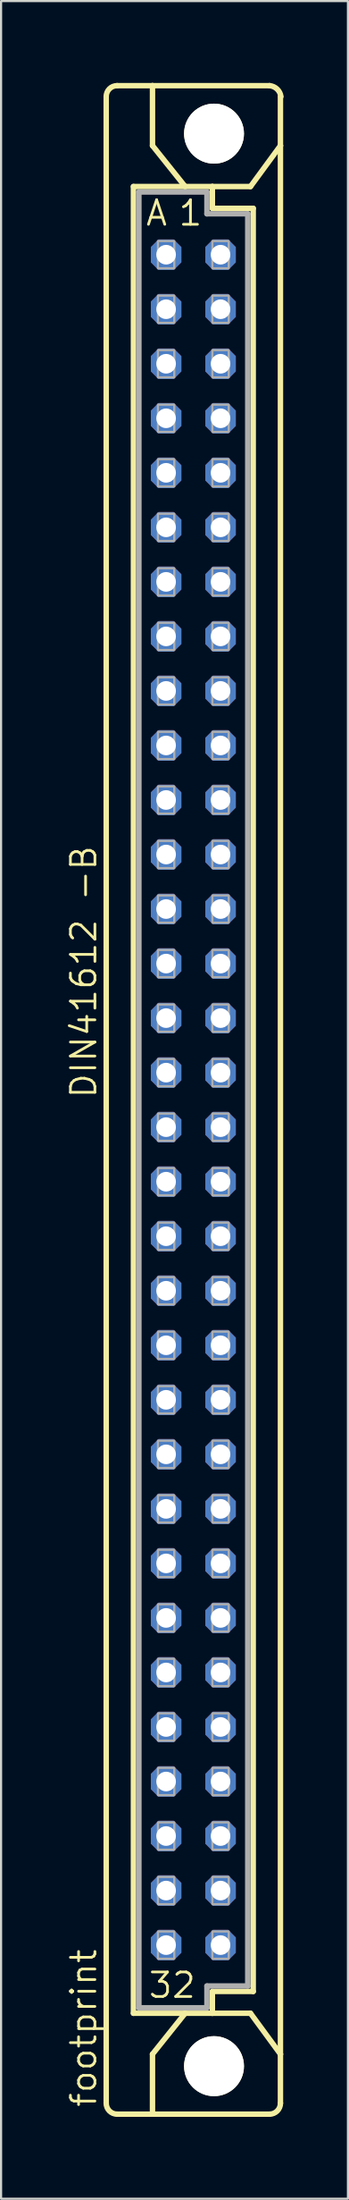
<source format=kicad_pcb>
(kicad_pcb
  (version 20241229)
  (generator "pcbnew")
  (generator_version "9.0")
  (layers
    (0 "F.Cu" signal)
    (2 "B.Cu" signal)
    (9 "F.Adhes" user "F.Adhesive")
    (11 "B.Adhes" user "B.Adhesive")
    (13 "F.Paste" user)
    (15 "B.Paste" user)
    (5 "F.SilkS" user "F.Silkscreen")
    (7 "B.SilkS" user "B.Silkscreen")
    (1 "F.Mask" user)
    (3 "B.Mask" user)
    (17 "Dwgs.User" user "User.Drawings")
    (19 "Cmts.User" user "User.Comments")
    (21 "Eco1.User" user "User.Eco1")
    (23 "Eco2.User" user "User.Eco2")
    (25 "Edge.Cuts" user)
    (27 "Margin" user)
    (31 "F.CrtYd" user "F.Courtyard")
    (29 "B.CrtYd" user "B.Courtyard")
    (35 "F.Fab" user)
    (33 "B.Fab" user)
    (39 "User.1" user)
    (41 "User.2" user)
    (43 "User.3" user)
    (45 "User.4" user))
  (footprint "footprint"
    (layer "F.Cu")
    (at 5.969 48.184)
    (property "Reference" "footprint" (at -4.445 46.99 90) (layer "F.SilkS") (effects (font (size 1.143 1.143) (thickness 0.127)) (justify left bottom)))
    (fp_line (start -4.064 46.736) (end -4.064 -46.736) (stroke (width 0.254) (type solid)) (layer "F.SilkS"))
    (fp_line (start -3.556 47.244) (end -1.905 47.244) (stroke (width 0.254) (type solid)) (layer "F.SilkS"))
    (fp_line (start -2.794 42.545) (end -2.794 -42.545) (stroke (width 0.254) (type solid)) (layer "F.SilkS"))
    (fp_line (start -1.905 -47.244) (end -3.556 -47.244) (stroke (width 0.254) (type solid)) (layer "F.SilkS"))
    (fp_line (start -1.905 -47.244) (end -1.905 -44.45) (stroke (width 0.254) (type solid)) (layer "F.SilkS"))
    (fp_line (start -1.905 47.244) (end -1.905 44.45) (stroke (width 0.254) (type solid)) (layer "F.SilkS"))
    (fp_line (start -1.905 47.244) (end 3.556 47.244) (stroke (width 0.254) (type solid)) (layer "F.SilkS"))
    (fp_line (start -0.381 -42.545) (end -2.794 -42.545) (stroke (width 0.254) (type solid)) (layer "F.SilkS"))
    (fp_line (start -0.381 -42.545) (end -1.905 -44.45) (stroke (width 0.254) (type solid)) (layer "F.SilkS"))
    (fp_line (start -0.381 -42.545) (end 0.889 -42.545) (stroke (width 0.254) (type solid)) (layer "F.SilkS"))
    (fp_line (start -0.381 42.545) (end -2.794 42.545) (stroke (width 0.254) (type solid)) (layer "F.SilkS"))
    (fp_line (start -0.381 42.545) (end -1.905 44.45) (stroke (width 0.254) (type solid)) (layer "F.SilkS"))
    (fp_line (start 0.889 -42.545) (end 2.667 -42.545) (stroke (width 0.254) (type solid)) (layer "F.SilkS"))
    (fp_line (start 0.889 -41.529) (end 0.889 -42.545) (stroke (width 0.254) (type solid)) (layer "F.SilkS"))
    (fp_line (start 0.889 41.529) (end 2.794 41.529) (stroke (width 0.254) (type solid)) (layer "F.SilkS"))
    (fp_line (start 0.889 42.545) (end -0.381 42.545) (stroke (width 0.254) (type solid)) (layer "F.SilkS"))
    (fp_line (start 0.889 42.545) (end 0.889 41.529) (stroke (width 0.254) (type solid)) (layer "F.SilkS"))
    (fp_line (start 0.889 42.545) (end 2.667 42.545) (stroke (width 0.254) (type solid)) (layer "F.SilkS"))
    (fp_line (start 2.667 -42.545) (end 4.064 -44.45) (stroke (width 0.254) (type solid)) (layer "F.SilkS"))
    (fp_line (start 2.667 42.545) (end 4.064 44.45) (stroke (width 0.254) (type solid)) (layer "F.SilkS"))
    (fp_line (start 2.794 -41.529) (end 0.889 -41.529) (stroke (width 0.254) (type solid)) (layer "F.SilkS"))
    (fp_line (start 2.794 41.529) (end 2.794 -41.529) (stroke (width 0.254) (type solid)) (layer "F.SilkS"))
    (fp_line (start 3.556 -47.244) (end -1.905 -47.244) (stroke (width 0.254) (type solid)) (layer "F.SilkS"))
    (fp_line (start 4.064 -44.45) (end 4.064 -46.736) (stroke (width 0.254) (type solid)) (layer "F.SilkS"))
    (fp_line (start 4.064 -44.45) (end 4.064 44.45) (stroke (width 0.254) (type solid)) (layer "F.SilkS"))
    (fp_line (start 4.064 46.736) (end 4.064 44.45) (stroke (width 0.254) (type solid)) (layer "F.SilkS"))
    (fp_arc (start -4.064 -46.736) (mid -3.91521 -47.09521) (end -3.556 -47.244) (stroke (width 0.254) (type solid)) (layer "F.SilkS"))
    (fp_arc (start -3.556 47.244) (mid -3.91521 47.09521) (end -4.064 46.736) (stroke (width 0.254) (type solid)) (layer "F.SilkS"))
    (fp_arc (start 3.556 -47.244) (mid 3.909437 -47.084314) (end 4.086 -46.738999) (stroke (width 0.254) (type solid)) (layer "F.SilkS"))
    (fp_arc (start 4.064 46.736) (mid 3.91521 47.09521) (end 3.556 47.244) (stroke (width 0.254) (type solid)) (layer "F.SilkS"))
    (fp_circle (center 0.965 -45.009) (end 2.235 -45.009) (stroke (width 0.254) (type solid)) (fill no) (layer "F.SilkS"))
    (fp_circle (center 0.965 45.009) (end 2.235 45.009) (stroke (width 0.254) (type solid)) (fill no) (layer "F.SilkS"))
    (fp_line (start -2.54 -42.291) (end -2.54 42.291) (stroke (width 0.254) (type solid)) (layer "F.Fab"))
    (fp_line (start 0.635 -42.291) (end -2.54 -42.291) (stroke (width 0.254) (type solid)) (layer "F.Fab"))
    (fp_line (start 0.635 -41.275) (end 0.635 -42.291) (stroke (width 0.254) (type solid)) (layer "F.Fab"))
    (fp_line (start 0.635 41.275) (end 0.635 42.291) (stroke (width 0.254) (type solid)) (layer "F.Fab"))
    (fp_line (start 0.635 41.275) (end 2.54 41.275) (stroke (width 0.254) (type solid)) (layer "F.Fab"))
    (fp_line (start 0.635 42.291) (end -2.54 42.291) (stroke (width 0.254) (type solid)) (layer "F.Fab"))
    (fp_line (start 2.54 -41.275) (end 0.635 -41.275) (stroke (width 0.254) (type solid)) (layer "F.Fab"))
    (fp_line (start 2.54 41.275) (end 2.54 -41.275) (stroke (width 0.254) (type solid)) (layer "F.Fab"))
    (fp_poly (pts (xy -1.651 -38.735) (xy -0.889 -38.735) (xy -0.889 -40.005) (xy -1.651 -40.005)) (stroke (width 0.1) (type solid)) (fill no) (layer "F.Fab"))
    (fp_poly (pts (xy -1.651 -36.195) (xy -0.889 -36.195) (xy -0.889 -37.465) (xy -1.651 -37.465)) (stroke (width 0.1) (type solid)) (fill no) (layer "F.Fab"))
    (fp_poly (pts (xy -1.651 -33.655) (xy -0.889 -33.655) (xy -0.889 -34.925) (xy -1.651 -34.925)) (stroke (width 0.1) (type solid)) (fill no) (layer "F.Fab"))
    (fp_poly (pts (xy -1.651 -31.115) (xy -0.889 -31.115) (xy -0.889 -32.385) (xy -1.651 -32.385)) (stroke (width 0.1) (type solid)) (fill no) (layer "F.Fab"))
    (fp_poly (pts (xy -1.651 -28.575) (xy -0.889 -28.575) (xy -0.889 -29.845) (xy -1.651 -29.845)) (stroke (width 0.1) (type solid)) (fill no) (layer "F.Fab"))
    (fp_poly (pts (xy -1.651 -26.035) (xy -0.889 -26.035) (xy -0.889 -27.305) (xy -1.651 -27.305)) (stroke (width 0.1) (type solid)) (fill no) (layer "F.Fab"))
    (fp_poly (pts (xy -1.651 -23.495) (xy -0.889 -23.495) (xy -0.889 -24.765) (xy -1.651 -24.765)) (stroke (width 0.1) (type solid)) (fill no) (layer "F.Fab"))
    (fp_poly (pts (xy -1.651 -20.955) (xy -0.889 -20.955) (xy -0.889 -22.225) (xy -1.651 -22.225)) (stroke (width 0.1) (type solid)) (fill no) (layer "F.Fab"))
    (fp_poly (pts (xy -1.651 -18.415) (xy -0.889 -18.415) (xy -0.889 -19.685) (xy -1.651 -19.685)) (stroke (width 0.1) (type solid)) (fill no) (layer "F.Fab"))
    (fp_poly (pts (xy -1.651 -15.875) (xy -0.889 -15.875) (xy -0.889 -17.145) (xy -1.651 -17.145)) (stroke (width 0.1) (type solid)) (fill no) (layer "F.Fab"))
    (fp_poly (pts (xy -1.651 -13.335) (xy -0.889 -13.335) (xy -0.889 -14.605) (xy -1.651 -14.605)) (stroke (width 0.1) (type solid)) (fill no) (layer "F.Fab"))
    (fp_poly (pts (xy -1.651 -10.795) (xy -0.889 -10.795) (xy -0.889 -12.065) (xy -1.651 -12.065)) (stroke (width 0.1) (type solid)) (fill no) (layer "F.Fab"))
    (fp_poly (pts (xy -1.651 -8.255) (xy -0.889 -8.255) (xy -0.889 -9.525) (xy -1.651 -9.525)) (stroke (width 0.1) (type solid)) (fill no) (layer "F.Fab"))
    (fp_poly (pts (xy -1.651 -5.715) (xy -0.889 -5.715) (xy -0.889 -6.985) (xy -1.651 -6.985)) (stroke (width 0.1) (type solid)) (fill no) (layer "F.Fab"))
    (fp_poly (pts (xy -1.651 -3.175) (xy -0.889 -3.175) (xy -0.889 -4.445) (xy -1.651 -4.445)) (stroke (width 0.1) (type solid)) (fill no) (layer "F.Fab"))
    (fp_poly (pts (xy -1.651 -0.635) (xy -0.889 -0.635) (xy -0.889 -1.905) (xy -1.651 -1.905)) (stroke (width 0.1) (type solid)) (fill no) (layer "F.Fab"))
    (fp_poly (pts (xy -1.651 1.905) (xy -0.889 1.905) (xy -0.889 0.635) (xy -1.651 0.635)) (stroke (width 0.1) (type solid)) (fill no) (layer "F.Fab"))
    (fp_poly (pts (xy -1.651 4.445) (xy -0.889 4.445) (xy -0.889 3.175) (xy -1.651 3.175)) (stroke (width 0.1) (type solid)) (fill no) (layer "F.Fab"))
    (fp_poly (pts (xy -1.651 6.985) (xy -0.889 6.985) (xy -0.889 5.715) (xy -1.651 5.715)) (stroke (width 0.1) (type solid)) (fill no) (layer "F.Fab"))
    (fp_poly (pts (xy -1.651 9.525) (xy -0.889 9.525) (xy -0.889 8.255) (xy -1.651 8.255)) (stroke (width 0.1) (type solid)) (fill no) (layer "F.Fab"))
    (fp_poly (pts (xy -1.651 12.065) (xy -0.889 12.065) (xy -0.889 10.795) (xy -1.651 10.795)) (stroke (width 0.1) (type solid)) (fill no) (layer "F.Fab"))
    (fp_poly (pts (xy -1.651 14.605) (xy -0.889 14.605) (xy -0.889 13.335) (xy -1.651 13.335)) (stroke (width 0.1) (type solid)) (fill no) (layer "F.Fab"))
    (fp_poly (pts (xy -1.651 17.145) (xy -0.889 17.145) (xy -0.889 15.875) (xy -1.651 15.875)) (stroke (width 0.1) (type solid)) (fill no) (layer "F.Fab"))
    (fp_poly (pts (xy -1.651 19.685) (xy -0.889 19.685) (xy -0.889 18.415) (xy -1.651 18.415)) (stroke (width 0.1) (type solid)) (fill no) (layer "F.Fab"))
    (fp_poly (pts (xy -1.651 22.225) (xy -0.889 22.225) (xy -0.889 20.955) (xy -1.651 20.955)) (stroke (width 0.1) (type solid)) (fill no) (layer "F.Fab"))
    (fp_poly (pts (xy -1.651 24.765) (xy -0.889 24.765) (xy -0.889 23.495) (xy -1.651 23.495)) (stroke (width 0.1) (type solid)) (fill no) (layer "F.Fab"))
    (fp_poly (pts (xy -1.651 27.305) (xy -0.889 27.305) (xy -0.889 26.035) (xy -1.651 26.035)) (stroke (width 0.1) (type solid)) (fill no) (layer "F.Fab"))
    (fp_poly (pts (xy -1.651 29.845) (xy -0.889 29.845) (xy -0.889 28.575) (xy -1.651 28.575)) (stroke (width 0.1) (type solid)) (fill no) (layer "F.Fab"))
    (fp_poly (pts (xy -1.651 32.385) (xy -0.889 32.385) (xy -0.889 31.115) (xy -1.651 31.115)) (stroke (width 0.1) (type solid)) (fill no) (layer "F.Fab"))
    (fp_poly (pts (xy -1.651 34.925) (xy -0.889 34.925) (xy -0.889 33.655) (xy -1.651 33.655)) (stroke (width 0.1) (type solid)) (fill no) (layer "F.Fab"))
    (fp_poly (pts (xy -1.651 37.465) (xy -0.889 37.465) (xy -0.889 36.195) (xy -1.651 36.195)) (stroke (width 0.1) (type solid)) (fill no) (layer "F.Fab"))
    (fp_poly (pts (xy -1.651 40.005) (xy -0.889 40.005) (xy -0.889 38.735) (xy -1.651 38.735)) (stroke (width 0.1) (type solid)) (fill no) (layer "F.Fab"))
    (fp_poly (pts (xy 0.889 -38.735) (xy 1.651 -38.735) (xy 1.651 -40.005) (xy 0.889 -40.005)) (stroke (width 0.1) (type solid)) (fill no) (layer "F.Fab"))
    (fp_poly (pts (xy 0.889 -36.195) (xy 1.651 -36.195) (xy 1.651 -37.465) (xy 0.889 -37.465)) (stroke (width 0.1) (type solid)) (fill no) (layer "F.Fab"))
    (fp_poly (pts (xy 0.889 -33.655) (xy 1.651 -33.655) (xy 1.651 -34.925) (xy 0.889 -34.925)) (stroke (width 0.1) (type solid)) (fill no) (layer "F.Fab"))
    (fp_poly (pts (xy 0.889 -31.115) (xy 1.651 -31.115) (xy 1.651 -32.385) (xy 0.889 -32.385)) (stroke (width 0.1) (type solid)) (fill no) (layer "F.Fab"))
    (fp_poly (pts (xy 0.889 -28.575) (xy 1.651 -28.575) (xy 1.651 -29.845) (xy 0.889 -29.845)) (stroke (width 0.1) (type solid)) (fill no) (layer "F.Fab"))
    (fp_poly (pts (xy 0.889 -26.035) (xy 1.651 -26.035) (xy 1.651 -27.305) (xy 0.889 -27.305)) (stroke (width 0.1) (type solid)) (fill no) (layer "F.Fab"))
    (fp_poly (pts (xy 0.889 -23.495) (xy 1.651 -23.495) (xy 1.651 -24.765) (xy 0.889 -24.765)) (stroke (width 0.1) (type solid)) (fill no) (layer "F.Fab"))
    (fp_poly (pts (xy 0.889 -20.955) (xy 1.651 -20.955) (xy 1.651 -22.225) (xy 0.889 -22.225)) (stroke (width 0.1) (type solid)) (fill no) (layer "F.Fab"))
    (fp_poly (pts (xy 0.889 -18.415) (xy 1.651 -18.415) (xy 1.651 -19.685) (xy 0.889 -19.685)) (stroke (width 0.1) (type solid)) (fill no) (layer "F.Fab"))
    (fp_poly (pts (xy 0.889 -15.875) (xy 1.651 -15.875) (xy 1.651 -17.145) (xy 0.889 -17.145)) (stroke (width 0.1) (type solid)) (fill no) (layer "F.Fab"))
    (fp_poly (pts (xy 0.889 -13.335) (xy 1.651 -13.335) (xy 1.651 -14.605) (xy 0.889 -14.605)) (stroke (width 0.1) (type solid)) (fill no) (layer "F.Fab"))
    (fp_poly (pts (xy 0.889 -10.795) (xy 1.651 -10.795) (xy 1.651 -12.065) (xy 0.889 -12.065)) (stroke (width 0.1) (type solid)) (fill no) (layer "F.Fab"))
    (fp_poly (pts (xy 0.889 -8.255) (xy 1.651 -8.255) (xy 1.651 -9.525) (xy 0.889 -9.525)) (stroke (width 0.1) (type solid)) (fill no) (layer "F.Fab"))
    (fp_poly (pts (xy 0.889 -5.715) (xy 1.651 -5.715) (xy 1.651 -6.985) (xy 0.889 -6.985)) (stroke (width 0.1) (type solid)) (fill no) (layer "F.Fab"))
    (fp_poly (pts (xy 0.889 -3.175) (xy 1.651 -3.175) (xy 1.651 -4.445) (xy 0.889 -4.445)) (stroke (width 0.1) (type solid)) (fill no) (layer "F.Fab"))
    (fp_poly (pts (xy 0.889 -0.635) (xy 1.651 -0.635) (xy 1.651 -1.905) (xy 0.889 -1.905)) (stroke (width 0.1) (type solid)) (fill no) (layer "F.Fab"))
    (fp_poly (pts (xy 0.889 1.905) (xy 1.651 1.905) (xy 1.651 0.635) (xy 0.889 0.635)) (stroke (width 0.1) (type solid)) (fill no) (layer "F.Fab"))
    (fp_poly (pts (xy 0.889 4.445) (xy 1.651 4.445) (xy 1.651 3.175) (xy 0.889 3.175)) (stroke (width 0.1) (type solid)) (fill no) (layer "F.Fab"))
    (fp_poly (pts (xy 0.889 6.985) (xy 1.651 6.985) (xy 1.651 5.715) (xy 0.889 5.715)) (stroke (width 0.1) (type solid)) (fill no) (layer "F.Fab"))
    (fp_poly (pts (xy 0.889 9.525) (xy 1.651 9.525) (xy 1.651 8.255) (xy 0.889 8.255)) (stroke (width 0.1) (type solid)) (fill no) (layer "F.Fab"))
    (fp_poly (pts (xy 0.889 12.065) (xy 1.651 12.065) (xy 1.651 10.795) (xy 0.889 10.795)) (stroke (width 0.1) (type solid)) (fill no) (layer "F.Fab"))
    (fp_poly (pts (xy 0.889 14.605) (xy 1.651 14.605) (xy 1.651 13.335) (xy 0.889 13.335)) (stroke (width 0.1) (type solid)) (fill no) (layer "F.Fab"))
    (fp_poly (pts (xy 0.889 17.145) (xy 1.651 17.145) (xy 1.651 15.875) (xy 0.889 15.875)) (stroke (width 0.1) (type solid)) (fill no) (layer "F.Fab"))
    (fp_poly (pts (xy 0.889 19.685) (xy 1.651 19.685) (xy 1.651 18.415) (xy 0.889 18.415)) (stroke (width 0.1) (type solid)) (fill no) (layer "F.Fab"))
    (fp_poly (pts (xy 0.889 22.225) (xy 1.651 22.225) (xy 1.651 20.955) (xy 0.889 20.955)) (stroke (width 0.1) (type solid)) (fill no) (layer "F.Fab"))
    (fp_poly (pts (xy 0.889 24.765) (xy 1.651 24.765) (xy 1.651 23.495) (xy 0.889 23.495)) (stroke (width 0.1) (type solid)) (fill no) (layer "F.Fab"))
    (fp_poly (pts (xy 0.889 27.305) (xy 1.651 27.305) (xy 1.651 26.035) (xy 0.889 26.035)) (stroke (width 0.1) (type solid)) (fill no) (layer "F.Fab"))
    (fp_poly (pts (xy 0.889 29.845) (xy 1.651 29.845) (xy 1.651 28.575) (xy 0.889 28.575)) (stroke (width 0.1) (type solid)) (fill no) (layer "F.Fab"))
    (fp_poly (pts (xy 0.889 32.385) (xy 1.651 32.385) (xy 1.651 31.115) (xy 0.889 31.115)) (stroke (width 0.1) (type solid)) (fill no) (layer "F.Fab"))
    (fp_poly (pts (xy 0.889 34.925) (xy 1.651 34.925) (xy 1.651 33.655) (xy 0.889 33.655)) (stroke (width 0.1) (type solid)) (fill no) (layer "F.Fab"))
    (fp_poly (pts (xy 0.889 37.465) (xy 1.651 37.465) (xy 1.651 36.195) (xy 0.889 36.195)) (stroke (width 0.1) (type solid)) (fill no) (layer "F.Fab"))
    (fp_poly (pts (xy 0.889 40.005) (xy 1.651 40.005) (xy 1.651 38.735) (xy 0.889 38.735)) (stroke (width 0.1) (type solid)) (fill no) (layer "F.Fab"))
    (fp_text user "A" (at -2.286 -40.64 0) (layer "F.SilkS") (effects (font (size 1.143 1.143) (thickness 0.127)) (justify left bottom)))
    (fp_text user "1" (at -0.762 -40.64 0) (layer "F.SilkS") (effects (font (size 1.143 1.143) (thickness 0.127)) (justify left bottom)))
    (fp_text user "32" (at -2.159 41.91 0) (layer "F.SilkS") (effects (font (size 1.143 1.143) (thickness 0.127)) (justify left bottom)))
    (fp_text user "DIN41612 -B" (at -4.445 0 90) (layer "F.SilkS") (effects (font (size 1.143 1.143) (thickness 0.127)) (justify left bottom)))
    (pad "" np_thru_hole circle (at 0.965 -45.009) (size 2.794 2.794) (drill 2.794) (layers "*.Cu" "*.Mask"))
    (pad "" np_thru_hole circle (at 0.965 45.009) (size 2.794 2.794) (drill 2.794) (layers "*.Cu" "*.Mask"))
    (pad "A1" thru_hole roundrect (at -1.27 -39.37) (size 1.422 1.422) (drill 0.914) (layers "*.Cu" "*.Mask") (roundrect_rratio 0.25) (chamfer_ratio 0.25) (chamfer top_left top_right bottom_left bottom_right))
    (pad "A2" thru_hole roundrect (at -1.27 -36.83) (size 1.422 1.422) (drill 0.914) (layers "*.Cu" "*.Mask") (roundrect_rratio 0.25) (chamfer_ratio 0.25) (chamfer top_left top_right bottom_left bottom_right))
    (pad "A3" thru_hole roundrect (at -1.27 -34.29) (size 1.422 1.422) (drill 0.914) (layers "*.Cu" "*.Mask") (roundrect_rratio 0.25) (chamfer_ratio 0.25) (chamfer top_left top_right bottom_left bottom_right))
    (pad "A4" thru_hole roundrect (at -1.27 -31.75) (size 1.422 1.422) (drill 0.914) (layers "*.Cu" "*.Mask") (roundrect_rratio 0.25) (chamfer_ratio 0.25) (chamfer top_left top_right bottom_left bottom_right))
    (pad "A5" thru_hole roundrect (at -1.27 -29.21) (size 1.422 1.422) (drill 0.914) (layers "*.Cu" "*.Mask") (roundrect_rratio 0.25) (chamfer_ratio 0.25) (chamfer top_left top_right bottom_left bottom_right))
    (pad "A6" thru_hole roundrect (at -1.27 -26.67) (size 1.422 1.422) (drill 0.914) (layers "*.Cu" "*.Mask") (roundrect_rratio 0.25) (chamfer_ratio 0.25) (chamfer top_left top_right bottom_left bottom_right))
    (pad "A7" thru_hole roundrect (at -1.27 -24.13) (size 1.422 1.422) (drill 0.914) (layers "*.Cu" "*.Mask") (roundrect_rratio 0.25) (chamfer_ratio 0.25) (chamfer top_left top_right bottom_left bottom_right))
    (pad "A8" thru_hole roundrect (at -1.27 -21.59) (size 1.422 1.422) (drill 0.914) (layers "*.Cu" "*.Mask") (roundrect_rratio 0.25) (chamfer_ratio 0.25) (chamfer top_left top_right bottom_left bottom_right))
    (pad "A9" thru_hole roundrect (at -1.27 -19.05) (size 1.422 1.422) (drill 0.914) (layers "*.Cu" "*.Mask") (roundrect_rratio 0.25) (chamfer_ratio 0.25) (chamfer top_left top_right bottom_left bottom_right))
    (pad "A10" thru_hole roundrect (at -1.27 -16.51) (size 1.422 1.422) (drill 0.914) (layers "*.Cu" "*.Mask") (roundrect_rratio 0.25) (chamfer_ratio 0.25) (chamfer top_left top_right bottom_left bottom_right))
    (pad "A11" thru_hole roundrect (at -1.27 -13.97) (size 1.422 1.422) (drill 0.914) (layers "*.Cu" "*.Mask") (roundrect_rratio 0.25) (chamfer_ratio 0.25) (chamfer top_left top_right bottom_left bottom_right))
    (pad "A12" thru_hole roundrect (at -1.27 -11.43) (size 1.422 1.422) (drill 0.914) (layers "*.Cu" "*.Mask") (roundrect_rratio 0.25) (chamfer_ratio 0.25) (chamfer top_left top_right bottom_left bottom_right))
    (pad "A13" thru_hole roundrect (at -1.27 -8.89) (size 1.422 1.422) (drill 0.914) (layers "*.Cu" "*.Mask") (roundrect_rratio 0.25) (chamfer_ratio 0.25) (chamfer top_left top_right bottom_left bottom_right))
    (pad "A14" thru_hole roundrect (at -1.27 -6.35) (size 1.422 1.422) (drill 0.914) (layers "*.Cu" "*.Mask") (roundrect_rratio 0.25) (chamfer_ratio 0.25) (chamfer top_left top_right bottom_left bottom_right))
    (pad "A15" thru_hole roundrect (at -1.27 -3.81) (size 1.422 1.422) (drill 0.914) (layers "*.Cu" "*.Mask") (roundrect_rratio 0.25) (chamfer_ratio 0.25) (chamfer top_left top_right bottom_left bottom_right))
    (pad "A16" thru_hole roundrect (at -1.27 -1.27) (size 1.422 1.422) (drill 0.914) (layers "*.Cu" "*.Mask") (roundrect_rratio 0.25) (chamfer_ratio 0.25) (chamfer top_left top_right bottom_left bottom_right))
    (pad "A17" thru_hole roundrect (at -1.27 1.27) (size 1.422 1.422) (drill 0.914) (layers "*.Cu" "*.Mask") (roundrect_rratio 0.25) (chamfer_ratio 0.25) (chamfer top_left top_right bottom_left bottom_right))
    (pad "A18" thru_hole roundrect (at -1.27 3.81) (size 1.422 1.422) (drill 0.914) (layers "*.Cu" "*.Mask") (roundrect_rratio 0.25) (chamfer_ratio 0.25) (chamfer top_left top_right bottom_left bottom_right))
    (pad "A19" thru_hole roundrect (at -1.27 6.35) (size 1.422 1.422) (drill 0.914) (layers "*.Cu" "*.Mask") (roundrect_rratio 0.25) (chamfer_ratio 0.25) (chamfer top_left top_right bottom_left bottom_right))
    (pad "A20" thru_hole roundrect (at -1.27 8.89) (size 1.422 1.422) (drill 0.914) (layers "*.Cu" "*.Mask") (roundrect_rratio 0.25) (chamfer_ratio 0.25) (chamfer top_left top_right bottom_left bottom_right))
    (pad "A21" thru_hole roundrect (at -1.27 11.43) (size 1.422 1.422) (drill 0.914) (layers "*.Cu" "*.Mask") (roundrect_rratio 0.25) (chamfer_ratio 0.25) (chamfer top_left top_right bottom_left bottom_right))
    (pad "A22" thru_hole roundrect (at -1.27 13.97) (size 1.422 1.422) (drill 0.914) (layers "*.Cu" "*.Mask") (roundrect_rratio 0.25) (chamfer_ratio 0.25) (chamfer top_left top_right bottom_left bottom_right))
    (pad "A23" thru_hole roundrect (at -1.27 16.51) (size 1.422 1.422) (drill 0.914) (layers "*.Cu" "*.Mask") (roundrect_rratio 0.25) (chamfer_ratio 0.25) (chamfer top_left top_right bottom_left bottom_right))
    (pad "A24" thru_hole roundrect (at -1.27 19.05) (size 1.422 1.422) (drill 0.914) (layers "*.Cu" "*.Mask") (roundrect_rratio 0.25) (chamfer_ratio 0.25) (chamfer top_left top_right bottom_left bottom_right))
    (pad "A25" thru_hole roundrect (at -1.27 21.59) (size 1.422 1.422) (drill 0.914) (layers "*.Cu" "*.Mask") (roundrect_rratio 0.25) (chamfer_ratio 0.25) (chamfer top_left top_right bottom_left bottom_right))
    (pad "A26" thru_hole roundrect (at -1.27 24.13) (size 1.422 1.422) (drill 0.914) (layers "*.Cu" "*.Mask") (roundrect_rratio 0.25) (chamfer_ratio 0.25) (chamfer top_left top_right bottom_left bottom_right))
    (pad "A27" thru_hole roundrect (at -1.27 26.67) (size 1.422 1.422) (drill 0.914) (layers "*.Cu" "*.Mask") (roundrect_rratio 0.25) (chamfer_ratio 0.25) (chamfer top_left top_right bottom_left bottom_right))
    (pad "A28" thru_hole roundrect (at -1.27 29.21) (size 1.422 1.422) (drill 0.914) (layers "*.Cu" "*.Mask") (roundrect_rratio 0.25) (chamfer_ratio 0.25) (chamfer top_left top_right bottom_left bottom_right))
    (pad "A29" thru_hole roundrect (at -1.27 31.75) (size 1.422 1.422) (drill 0.914) (layers "*.Cu" "*.Mask") (roundrect_rratio 0.25) (chamfer_ratio 0.25) (chamfer top_left top_right bottom_left bottom_right))
    (pad "A30" thru_hole roundrect (at -1.27 34.29) (size 1.422 1.422) (drill 0.914) (layers "*.Cu" "*.Mask") (roundrect_rratio 0.25) (chamfer_ratio 0.25) (chamfer top_left top_right bottom_left bottom_right))
    (pad "A31" thru_hole roundrect (at -1.27 36.83) (size 1.422 1.422) (drill 0.914) (layers "*.Cu" "*.Mask") (roundrect_rratio 0.25) (chamfer_ratio 0.25) (chamfer top_left top_right bottom_left bottom_right))
    (pad "A32" thru_hole roundrect (at -1.27 39.37) (size 1.422 1.422) (drill 0.914) (layers "*.Cu" "*.Mask") (roundrect_rratio 0.25) (chamfer_ratio 0.25) (chamfer top_left top_right bottom_left bottom_right))
    (pad "B1" thru_hole roundrect (at 1.27 -39.37) (size 1.422 1.422) (drill 0.914) (layers "*.Cu" "*.Mask") (roundrect_rratio 0.25) (chamfer_ratio 0.25) (chamfer top_left top_right bottom_left bottom_right))
    (pad "B2" thru_hole roundrect (at 1.27 -36.83) (size 1.422 1.422) (drill 0.914) (layers "*.Cu" "*.Mask") (roundrect_rratio 0.25) (chamfer_ratio 0.25) (chamfer top_left top_right bottom_left bottom_right))
    (pad "B3" thru_hole roundrect (at 1.27 -34.29) (size 1.422 1.422) (drill 0.914) (layers "*.Cu" "*.Mask") (roundrect_rratio 0.25) (chamfer_ratio 0.25) (chamfer top_left top_right bottom_left bottom_right))
    (pad "B4" thru_hole roundrect (at 1.27 -31.75) (size 1.422 1.422) (drill 0.914) (layers "*.Cu" "*.Mask") (roundrect_rratio 0.25) (chamfer_ratio 0.25) (chamfer top_left top_right bottom_left bottom_right))
    (pad "B5" thru_hole roundrect (at 1.27 -29.21) (size 1.422 1.422) (drill 0.914) (layers "*.Cu" "*.Mask") (roundrect_rratio 0.25) (chamfer_ratio 0.25) (chamfer top_left top_right bottom_left bottom_right))
    (pad "B6" thru_hole roundrect (at 1.27 -26.67) (size 1.422 1.422) (drill 0.914) (layers "*.Cu" "*.Mask") (roundrect_rratio 0.25) (chamfer_ratio 0.25) (chamfer top_left top_right bottom_left bottom_right))
    (pad "B7" thru_hole roundrect (at 1.27 -24.13) (size 1.422 1.422) (drill 0.914) (layers "*.Cu" "*.Mask") (roundrect_rratio 0.25) (chamfer_ratio 0.25) (chamfer top_left top_right bottom_left bottom_right))
    (pad "B8" thru_hole roundrect (at 1.27 -21.59) (size 1.422 1.422) (drill 0.914) (layers "*.Cu" "*.Mask") (roundrect_rratio 0.25) (chamfer_ratio 0.25) (chamfer top_left top_right bottom_left bottom_right))
    (pad "B9" thru_hole roundrect (at 1.27 -19.05) (size 1.422 1.422) (drill 0.914) (layers "*.Cu" "*.Mask") (roundrect_rratio 0.25) (chamfer_ratio 0.25) (chamfer top_left top_right bottom_left bottom_right))
    (pad "B10" thru_hole roundrect (at 1.27 -16.51) (size 1.422 1.422) (drill 0.914) (layers "*.Cu" "*.Mask") (roundrect_rratio 0.25) (chamfer_ratio 0.25) (chamfer top_left top_right bottom_left bottom_right))
    (pad "B11" thru_hole roundrect (at 1.27 -13.97) (size 1.422 1.422) (drill 0.914) (layers "*.Cu" "*.Mask") (roundrect_rratio 0.25) (chamfer_ratio 0.25) (chamfer top_left top_right bottom_left bottom_right))
    (pad "B12" thru_hole roundrect (at 1.27 -11.43) (size 1.422 1.422) (drill 0.914) (layers "*.Cu" "*.Mask") (roundrect_rratio 0.25) (chamfer_ratio 0.25) (chamfer top_left top_right bottom_left bottom_right))
    (pad "B13" thru_hole roundrect (at 1.27 -8.89) (size 1.422 1.422) (drill 0.914) (layers "*.Cu" "*.Mask") (roundrect_rratio 0.25) (chamfer_ratio 0.25) (chamfer top_left top_right bottom_left bottom_right))
    (pad "B14" thru_hole roundrect (at 1.27 -6.35) (size 1.422 1.422) (drill 0.914) (layers "*.Cu" "*.Mask") (roundrect_rratio 0.25) (chamfer_ratio 0.25) (chamfer top_left top_right bottom_left bottom_right))
    (pad "B15" thru_hole roundrect (at 1.27 -3.81) (size 1.422 1.422) (drill 0.914) (layers "*.Cu" "*.Mask") (roundrect_rratio 0.25) (chamfer_ratio 0.25) (chamfer top_left top_right bottom_left bottom_right))
    (pad "B16" thru_hole roundrect (at 1.27 -1.27) (size 1.422 1.422) (drill 0.914) (layers "*.Cu" "*.Mask") (roundrect_rratio 0.25) (chamfer_ratio 0.25) (chamfer top_left top_right bottom_left bottom_right))
    (pad "B17" thru_hole roundrect (at 1.27 1.27) (size 1.422 1.422) (drill 0.914) (layers "*.Cu" "*.Mask") (roundrect_rratio 0.25) (chamfer_ratio 0.25) (chamfer top_left top_right bottom_left bottom_right))
    (pad "B18" thru_hole roundrect (at 1.27 3.81) (size 1.422 1.422) (drill 0.914) (layers "*.Cu" "*.Mask") (roundrect_rratio 0.25) (chamfer_ratio 0.25) (chamfer top_left top_right bottom_left bottom_right))
    (pad "B19" thru_hole roundrect (at 1.27 6.35) (size 1.422 1.422) (drill 0.914) (layers "*.Cu" "*.Mask") (roundrect_rratio 0.25) (chamfer_ratio 0.25) (chamfer top_left top_right bottom_left bottom_right))
    (pad "B20" thru_hole roundrect (at 1.27 8.89) (size 1.422 1.422) (drill 0.914) (layers "*.Cu" "*.Mask") (roundrect_rratio 0.25) (chamfer_ratio 0.25) (chamfer top_left top_right bottom_left bottom_right))
    (pad "B21" thru_hole roundrect (at 1.27 11.43) (size 1.422 1.422) (drill 0.914) (layers "*.Cu" "*.Mask") (roundrect_rratio 0.25) (chamfer_ratio 0.25) (chamfer top_left top_right bottom_left bottom_right))
    (pad "B22" thru_hole roundrect (at 1.27 13.97) (size 1.422 1.422) (drill 0.914) (layers "*.Cu" "*.Mask") (roundrect_rratio 0.25) (chamfer_ratio 0.25) (chamfer top_left top_right bottom_left bottom_right))
    (pad "B23" thru_hole roundrect (at 1.27 16.51) (size 1.422 1.422) (drill 0.914) (layers "*.Cu" "*.Mask") (roundrect_rratio 0.25) (chamfer_ratio 0.25) (chamfer top_left top_right bottom_left bottom_right))
    (pad "B24" thru_hole roundrect (at 1.27 19.05) (size 1.422 1.422) (drill 0.914) (layers "*.Cu" "*.Mask") (roundrect_rratio 0.25) (chamfer_ratio 0.25) (chamfer top_left top_right bottom_left bottom_right))
    (pad "B25" thru_hole roundrect (at 1.27 21.59) (size 1.422 1.422) (drill 0.914) (layers "*.Cu" "*.Mask") (roundrect_rratio 0.25) (chamfer_ratio 0.25) (chamfer top_left top_right bottom_left bottom_right))
    (pad "B26" thru_hole roundrect (at 1.27 24.13) (size 1.422 1.422) (drill 0.914) (layers "*.Cu" "*.Mask") (roundrect_rratio 0.25) (chamfer_ratio 0.25) (chamfer top_left top_right bottom_left bottom_right))
    (pad "B27" thru_hole roundrect (at 1.27 26.67) (size 1.422 1.422) (drill 0.914) (layers "*.Cu" "*.Mask") (roundrect_rratio 0.25) (chamfer_ratio 0.25) (chamfer top_left top_right bottom_left bottom_right))
    (pad "B28" thru_hole roundrect (at 1.27 29.21) (size 1.422 1.422) (drill 0.914) (layers "*.Cu" "*.Mask") (roundrect_rratio 0.25) (chamfer_ratio 0.25) (chamfer top_left top_right bottom_left bottom_right))
    (pad "B29" thru_hole roundrect (at 1.27 31.75) (size 1.422 1.422) (drill 0.914) (layers "*.Cu" "*.Mask") (roundrect_rratio 0.25) (chamfer_ratio 0.25) (chamfer top_left top_right bottom_left bottom_right))
    (pad "B30" thru_hole roundrect (at 1.27 34.29) (size 1.422 1.422) (drill 0.914) (layers "*.Cu" "*.Mask") (roundrect_rratio 0.25) (chamfer_ratio 0.25) (chamfer top_left top_right bottom_left bottom_right))
    (pad "B31" thru_hole roundrect (at 1.27 36.83) (size 1.422 1.422) (drill 0.914) (layers "*.Cu" "*.Mask") (roundrect_rratio 0.25) (chamfer_ratio 0.25) (chamfer top_left top_right bottom_left bottom_right))
    (pad "B32" thru_hole roundrect (at 1.27 39.37) (size 1.422 1.422) (drill 0.914) (layers "*.Cu" "*.Mask") (roundrect_rratio 0.25) (chamfer_ratio 0.25) (chamfer top_left top_right bottom_left bottom_right))
    (zone (net_name "") (layers "F.Cu" "B.Cu") (hatch edge 0.508) (connect_pads) (min_thickness 0.254) (filled_areas_thickness no) (keepout (tracks allowed) (vias not_allowed) (pads allowed) (copperpour allowed) (footprints allowed)) (placement (enabled no)) (fill) (polygon (pts (xy 10.109 3.175) (xy 10.061 2.624) (xy 9.918 2.089) (xy 9.684 1.587) (xy 9.366 1.134) (xy 8.975 0.743) (xy 8.522 0.425) (xy 8.02 0.191) (xy 7.486 0.048) (xy 6.934 0) (xy 6.383 0.048) (xy 5.848 0.191) (xy 5.347 0.425) (xy 4.893 0.743) (xy 4.502 1.134) (xy 4.185 1.587) (xy 3.951 2.089) (xy 3.807 2.624) (xy 3.759 3.175) (xy 3.807 3.726) (xy 3.951 4.261) (xy 4.185 4.763) (xy 4.502 5.216) (xy 4.893 5.607) (xy 5.347 5.925) (xy 5.848 6.159) (xy 6.383 6.302) (xy 6.934 6.35) (xy 7.486 6.302) (xy 8.02 6.159) (xy 8.522 5.925) (xy 8.975 5.607) (xy 9.366 5.216) (xy 9.684 4.763) (xy 9.918 4.261) (xy 10.061 3.726))) (polygon (pts (xy 8.331 3.175) (xy 8.31 2.932) (xy 8.247 2.697) (xy 8.144 2.477) (xy 8.004 2.277) (xy 7.832 2.105) (xy 7.633 1.965) (xy 7.412 1.862) (xy 7.177 1.799) (xy 6.934 1.778) (xy 6.692 1.799) (xy 6.456 1.862) (xy 6.236 1.965) (xy 6.036 2.105) (xy 5.864 2.277) (xy 5.724 2.477) (xy 5.621 2.697) (xy 5.558 2.932) (xy 5.537 3.175) (xy 5.558 3.418) (xy 5.621 3.653) (xy 5.724 3.873) (xy 5.864 4.073) (xy 6.036 4.245) (xy 6.236 4.385) (xy 6.456 4.488) (xy 6.692 4.551) (xy 6.934 4.572) (xy 7.177 4.551) (xy 7.412 4.488) (xy 7.633 4.385) (xy 7.832 4.245) (xy 8.004 4.073) (xy 8.144 3.873) (xy 8.247 3.653) (xy 8.31 3.418))))
    (zone (net_name "") (layers "F.Cu" "B.Cu") (hatch edge 0.508) (connect_pads) (min_thickness 0.254) (filled_areas_thickness no) (keepout (tracks allowed) (vias not_allowed) (pads allowed) (copperpour allowed) (footprints allowed)) (placement (enabled no)) (fill) (polygon (pts (xy 10.109 93.193) (xy 10.061 92.641) (xy 9.918 92.107) (xy 9.684 91.605) (xy 9.366 91.152) (xy 8.975 90.76) (xy 8.522 90.443) (xy 8.02 90.209) (xy 7.486 90.066) (xy 6.934 90.018) (xy 6.383 90.066) (xy 5.848 90.209) (xy 5.347 90.443) (xy 4.893 90.76) (xy 4.502 91.152) (xy 4.185 91.605) (xy 3.951 92.107) (xy 3.807 92.641) (xy 3.759 93.193) (xy 3.807 93.744) (xy 3.951 94.279) (xy 4.185 94.78) (xy 4.502 95.233) (xy 4.893 95.625) (xy 5.347 95.942) (xy 5.848 96.176) (xy 6.383 96.319) (xy 6.934 96.368) (xy 7.486 96.319) (xy 8.02 96.176) (xy 8.522 95.942) (xy 8.975 95.625) (xy 9.366 95.233) (xy 9.684 94.78) (xy 9.918 94.279) (xy 10.061 93.744))) (polygon (pts (xy 8.331 93.193) (xy 8.31 92.95) (xy 8.247 92.715) (xy 8.144 92.494) (xy 8.004 92.295) (xy 7.832 92.122) (xy 7.633 91.983) (xy 7.412 91.88) (xy 7.177 91.817) (xy 6.934 91.796) (xy 6.692 91.817) (xy 6.456 91.88) (xy 6.236 91.983) (xy 6.036 92.122) (xy 5.864 92.295) (xy 5.724 92.494) (xy 5.621 92.715) (xy 5.558 92.95) (xy 5.537 93.193) (xy 5.558 93.435) (xy 5.621 93.67) (xy 5.724 93.891) (xy 5.864 94.091) (xy 6.036 94.263) (xy 6.236 94.402) (xy 6.456 94.505) (xy 6.692 94.568) (xy 6.934 94.59) (xy 7.177 94.568) (xy 7.412 94.505) (xy 7.633 94.402) (xy 7.832 94.263) (xy 8.004 94.091) (xy 8.144 93.891) (xy 8.247 93.67) (xy 8.31 93.435))))
    (zone (net_name "") (layer "B.Cu") (hatch edge 0.508) (connect_pads) (min_thickness 0.254) (filled_areas_thickness no) (keepout (tracks not_allowed) (vias not_allowed) (pads not_allowed) (copperpour not_allowed) (footprints allowed)) (placement (enabled no)) (fill) (polygon (pts (xy 10.109 3.175) (xy 10.061 2.624) (xy 9.918 2.089) (xy 9.684 1.587) (xy 9.366 1.134) (xy 8.975 0.743) (xy 8.522 0.425) (xy 8.02 0.191) (xy 7.486 0.048) (xy 6.934 0) (xy 6.383 0.048) (xy 5.848 0.191) (xy 5.347 0.425) (xy 4.893 0.743) (xy 4.502 1.134) (xy 4.185 1.587) (xy 3.951 2.089) (xy 3.807 2.624) (xy 3.759 3.175) (xy 3.807 3.726) (xy 3.951 4.261) (xy 4.185 4.763) (xy 4.502 5.216) (xy 4.893 5.607) (xy 5.347 5.925) (xy 5.848 6.159) (xy 6.383 6.302) (xy 6.934 6.35) (xy 7.486 6.302) (xy 8.02 6.159) (xy 8.522 5.925) (xy 8.975 5.607) (xy 9.366 5.216) (xy 9.684 4.763) (xy 9.918 4.261) (xy 10.061 3.726))) (polygon (pts (xy 8.331 3.175) (xy 8.31 2.932) (xy 8.247 2.697) (xy 8.144 2.477) (xy 8.004 2.277) (xy 7.832 2.105) (xy 7.633 1.965) (xy 7.412 1.862) (xy 7.177 1.799) (xy 6.934 1.778) (xy 6.692 1.799) (xy 6.456 1.862) (xy 6.236 1.965) (xy 6.036 2.105) (xy 5.864 2.277) (xy 5.724 2.477) (xy 5.621 2.697) (xy 5.558 2.932) (xy 5.537 3.175) (xy 5.558 3.418) (xy 5.621 3.653) (xy 5.724 3.873) (xy 5.864 4.073) (xy 6.036 4.245) (xy 6.236 4.385) (xy 6.456 4.488) (xy 6.692 4.551) (xy 6.934 4.572) (xy 7.177 4.551) (xy 7.412 4.488) (xy 7.633 4.385) (xy 7.832 4.245) (xy 8.004 4.073) (xy 8.144 3.873) (xy 8.247 3.653) (xy 8.31 3.418))))
    (zone (net_name "") (layer "B.Cu") (hatch edge 0.508) (connect_pads) (min_thickness 0.254) (filled_areas_thickness no) (keepout (tracks not_allowed) (vias not_allowed) (pads not_allowed) (copperpour not_allowed) (footprints allowed)) (placement (enabled no)) (fill) (polygon (pts (xy 10.109 93.193) (xy 10.061 92.641) (xy 9.918 92.107) (xy 9.684 91.605) (xy 9.366 91.152) (xy 8.975 90.76) (xy 8.522 90.443) (xy 8.02 90.209) (xy 7.486 90.066) (xy 6.934 90.018) (xy 6.383 90.066) (xy 5.848 90.209) (xy 5.347 90.443) (xy 4.893 90.76) (xy 4.502 91.152) (xy 4.185 91.605) (xy 3.951 92.107) (xy 3.807 92.641) (xy 3.759 93.193) (xy 3.807 93.744) (xy 3.951 94.279) (xy 4.185 94.78) (xy 4.502 95.233) (xy 4.893 95.625) (xy 5.347 95.942) (xy 5.848 96.176) (xy 6.383 96.319) (xy 6.934 96.368) (xy 7.486 96.319) (xy 8.02 96.176) (xy 8.522 95.942) (xy 8.975 95.625) (xy 9.366 95.233) (xy 9.684 94.78) (xy 9.918 94.279) (xy 10.061 93.744))) (polygon (pts (xy 8.331 93.193) (xy 8.31 92.95) (xy 8.247 92.715) (xy 8.144 92.494) (xy 8.004 92.295) (xy 7.832 92.122) (xy 7.633 91.983) (xy 7.412 91.88) (xy 7.177 91.817) (xy 6.934 91.796) (xy 6.692 91.817) (xy 6.456 91.88) (xy 6.236 91.983) (xy 6.036 92.122) (xy 5.864 92.295) (xy 5.724 92.494) (xy 5.621 92.715) (xy 5.558 92.95) (xy 5.537 93.193) (xy 5.558 93.435) (xy 5.621 93.67) (xy 5.724 93.891) (xy 5.864 94.091) (xy 6.036 94.263) (xy 6.236 94.402) (xy 6.456 94.505) (xy 6.692 94.568) (xy 6.934 94.59) (xy 7.177 94.568) (xy 7.412 94.505) (xy 7.633 94.402) (xy 7.832 94.263) (xy 8.004 94.091) (xy 8.144 93.891) (xy 8.247 93.67) (xy 8.31 93.435)))))
  (gr_rect
    (start -3 -3)
    (end 13.182 99.368)
    (stroke (width 0.1) (type default))
    (fill no)
    (layer "Edge.Cuts")))
</source>
